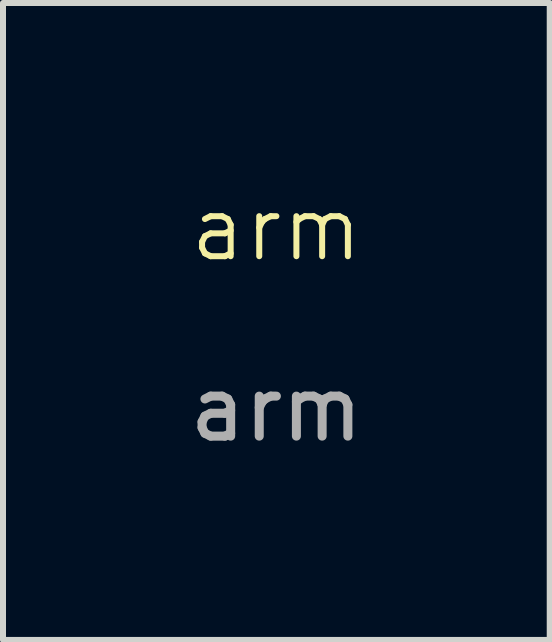
<source format=kicad_pcb>
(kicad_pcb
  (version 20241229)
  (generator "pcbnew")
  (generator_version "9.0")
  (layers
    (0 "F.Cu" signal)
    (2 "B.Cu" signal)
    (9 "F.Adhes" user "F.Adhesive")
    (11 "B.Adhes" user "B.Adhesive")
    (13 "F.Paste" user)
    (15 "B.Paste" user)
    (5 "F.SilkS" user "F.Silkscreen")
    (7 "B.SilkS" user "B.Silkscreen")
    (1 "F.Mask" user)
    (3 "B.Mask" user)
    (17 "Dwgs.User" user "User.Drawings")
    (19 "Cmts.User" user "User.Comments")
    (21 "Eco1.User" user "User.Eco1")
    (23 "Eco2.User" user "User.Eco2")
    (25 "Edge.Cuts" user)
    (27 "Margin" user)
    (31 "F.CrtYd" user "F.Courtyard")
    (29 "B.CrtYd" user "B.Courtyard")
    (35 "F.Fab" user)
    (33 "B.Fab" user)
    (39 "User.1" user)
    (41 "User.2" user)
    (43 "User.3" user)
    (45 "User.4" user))
  (footprint "arm"
    (layer "F.Cu")
    (at 1.554 1.26)
    (property "Reference" "arm" (at 0 -0.5 0) (unlocked yes) (layer "F.SilkS") (effects (font (size 1 1) (thickness 0.1))))
    (attr through_hole)
    (fp_text user "${REFERENCE}" (at 0 2.5 0) (unlocked yes) (layer "F.Fab") (effects (font (size 1 1) (thickness 0.15)))))
  (gr_rect
    (start -3 -3)
    (end 6.107 7.609)
    (stroke (width 0.1) (type default))
    (fill no)
    (layer "Edge.Cuts")))
</source>
